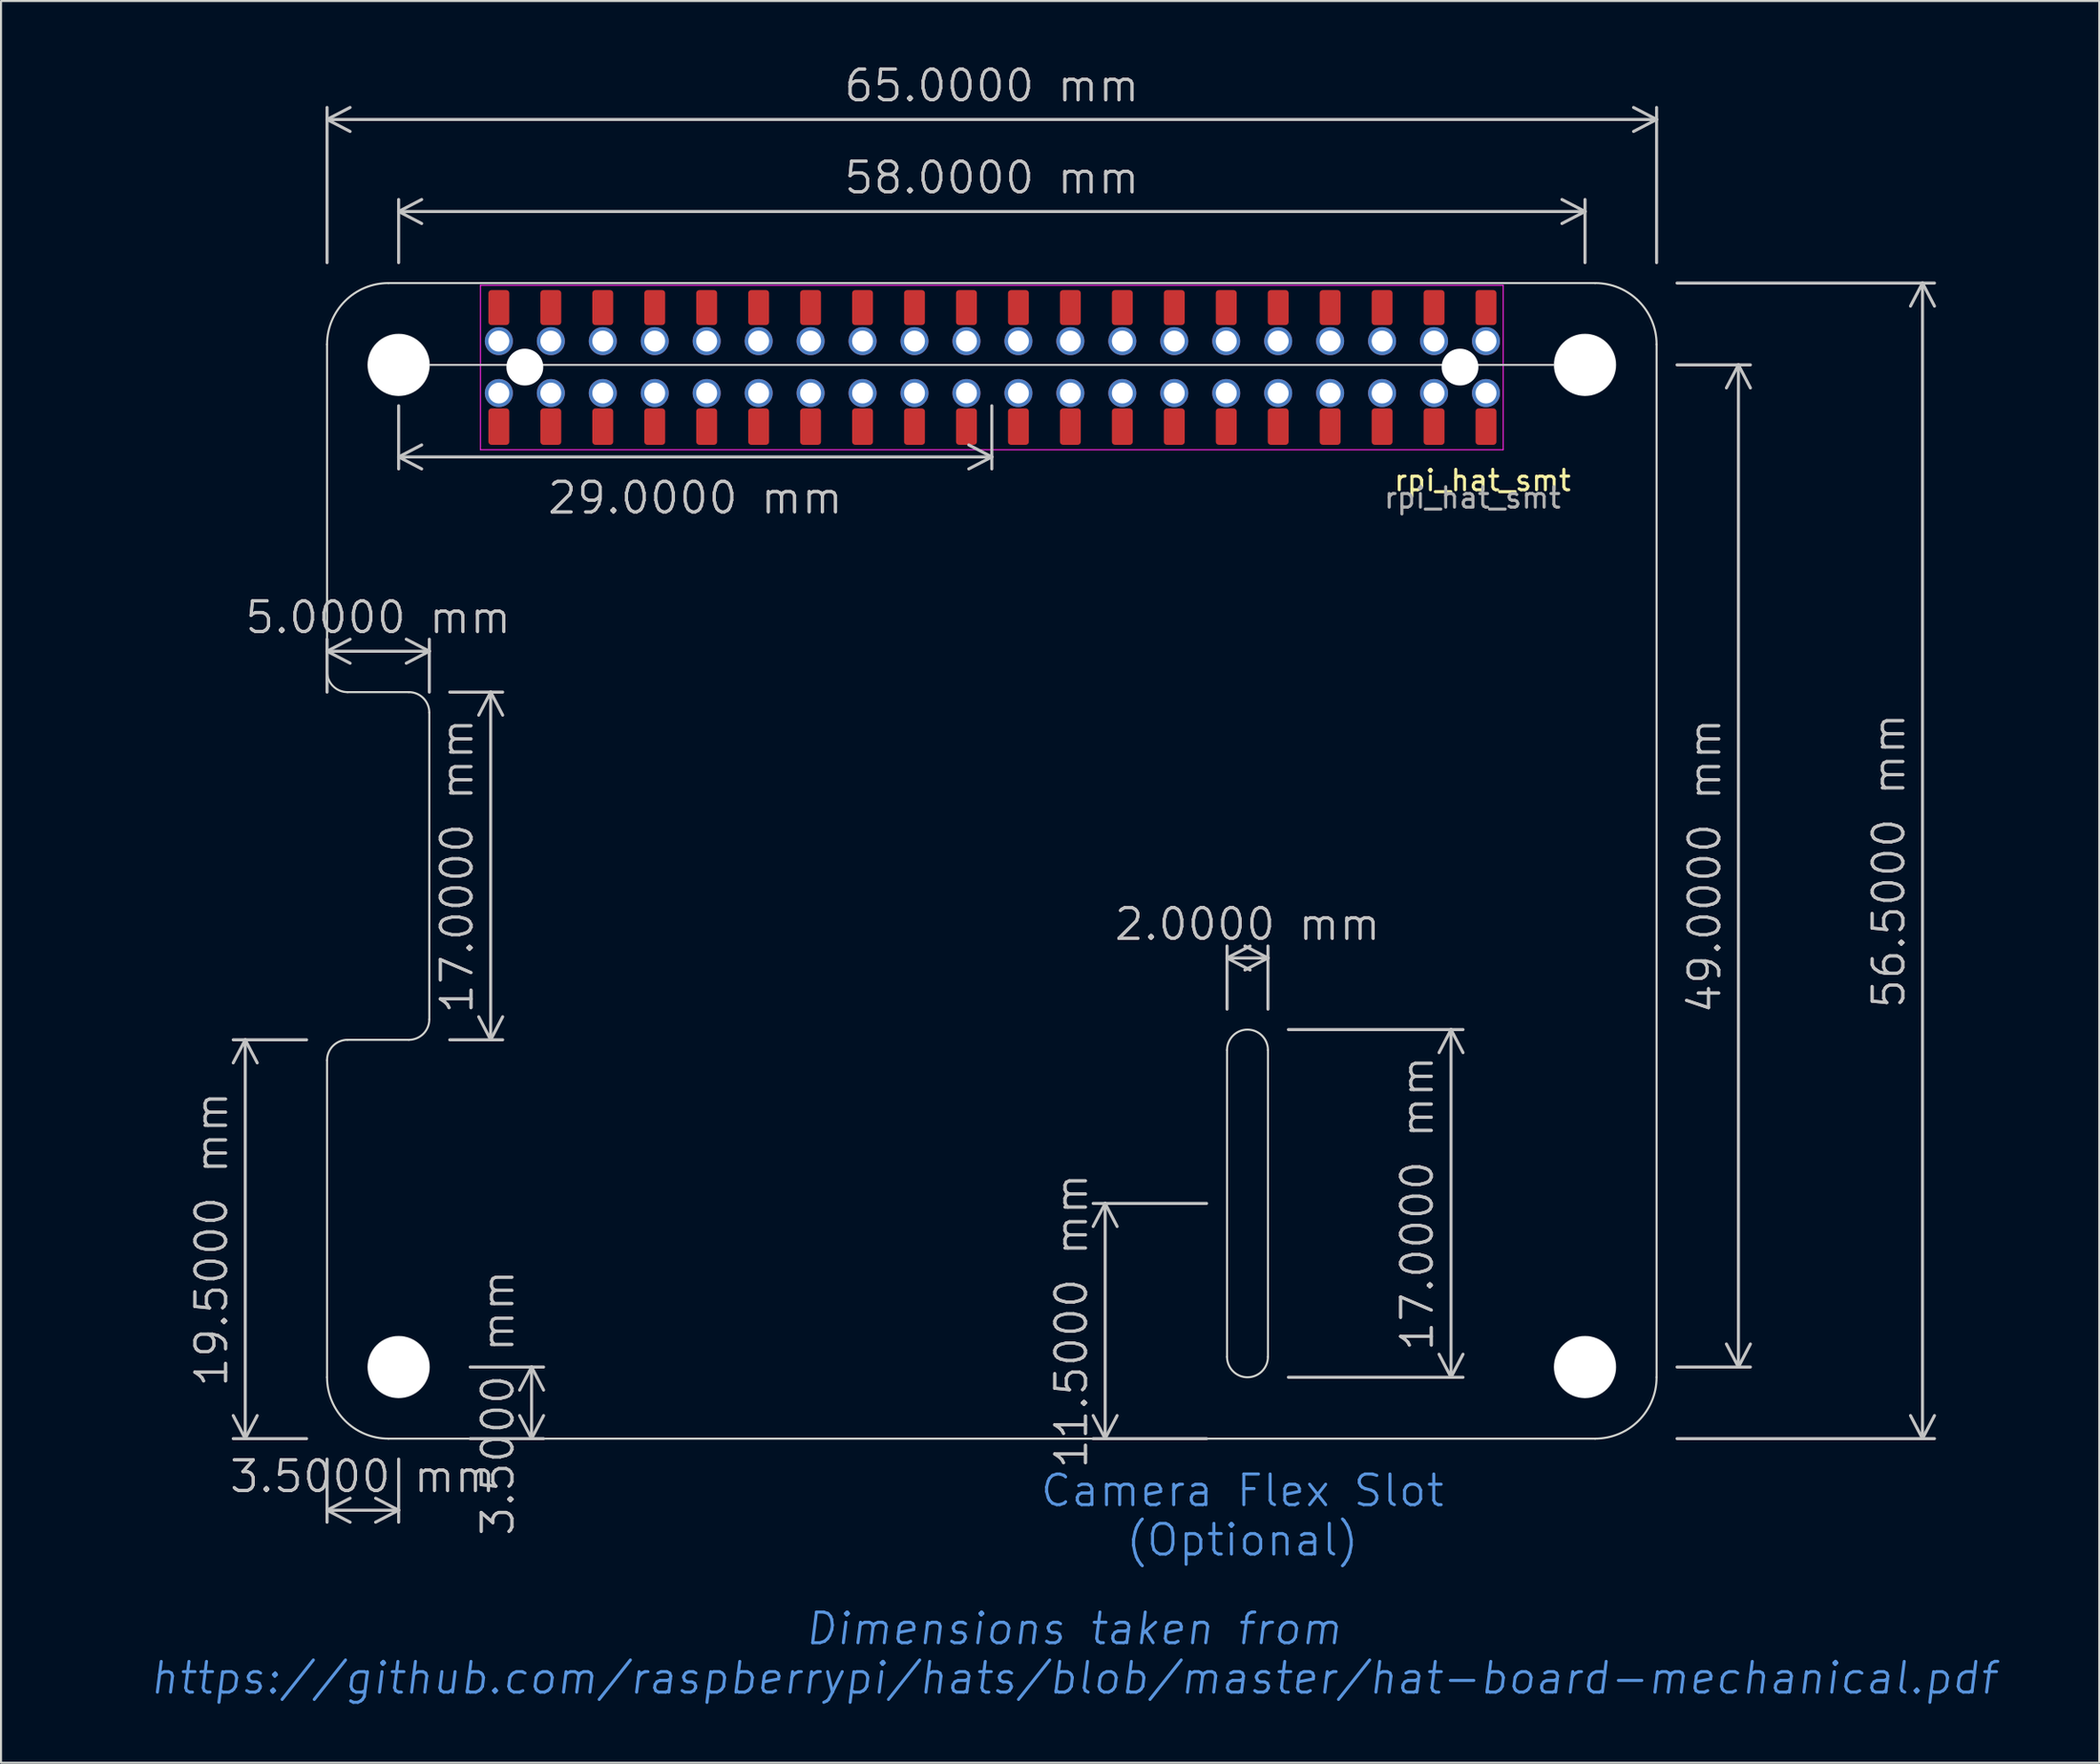
<source format=kicad_pcb>
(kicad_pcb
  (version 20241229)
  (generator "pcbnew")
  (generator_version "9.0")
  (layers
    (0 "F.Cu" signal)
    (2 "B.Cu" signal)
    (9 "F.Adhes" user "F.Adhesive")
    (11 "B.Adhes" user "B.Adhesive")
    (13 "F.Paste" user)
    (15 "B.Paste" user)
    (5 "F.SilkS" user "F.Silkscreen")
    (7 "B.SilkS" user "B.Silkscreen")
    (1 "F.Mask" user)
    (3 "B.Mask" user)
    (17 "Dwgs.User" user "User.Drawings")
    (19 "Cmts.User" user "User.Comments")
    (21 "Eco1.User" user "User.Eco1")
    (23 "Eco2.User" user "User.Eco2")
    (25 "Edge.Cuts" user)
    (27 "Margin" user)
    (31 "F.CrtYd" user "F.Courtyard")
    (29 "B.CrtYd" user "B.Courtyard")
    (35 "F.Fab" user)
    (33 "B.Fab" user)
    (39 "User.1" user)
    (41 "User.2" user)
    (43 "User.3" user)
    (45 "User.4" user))
  (footprint "rpi_hat_smt"
    (layer "F.Cu")
    (at 45.439 14.791)
    (property "Reference" "rpi_hat_smt" (at 23.99 5.65 0) (unlocked yes) (layer "F.SilkS") (effects (font (size 1 1) (thickness 0.15))))
    (attr through_hole)
    (fp_line (start -29 0) (end 29 0) (stroke (width 0.1) (type default)) (layer "Dwgs.User"))
    (fp_circle (center -29 0) (end -27.5 0) (stroke (width 0.05) (type default)) (fill no) (layer "Dwgs.User"))
    (fp_circle (center -29 49) (end -27.5 49) (stroke (width 0.05) (type default)) (fill no) (layer "Dwgs.User"))
    (fp_circle (center 29 0) (end 30.5 0) (stroke (width 0.05) (type default)) (fill no) (layer "Dwgs.User"))
    (fp_circle (center 29 49) (end 30.5 49) (stroke (width 0.05) (type default)) (fill no) (layer "Dwgs.User"))
    (fp_line (start -32.5 -1) (end -32.5 15) (stroke (width 0.1) (type solid)) (layer "Edge.Cuts"))
    (fp_line (start -32.5 34) (end -32.5 49.5) (stroke (width 0.1) (type solid)) (layer "Edge.Cuts"))
    (fp_line (start -31.5 16) (end -28.5 16) (stroke (width 0.1) (type solid)) (layer "Edge.Cuts"))
    (fp_line (start -31.5 33) (end -28.5 33) (stroke (width 0.1) (type solid)) (layer "Edge.Cuts"))
    (fp_line (start -29.5 -4) (end 29.5 -4) (stroke (width 0.1) (type solid)) (layer "Edge.Cuts"))
    (fp_line (start -29.5 52.5) (end 29.5 52.5) (stroke (width 0.1) (type solid)) (layer "Edge.Cuts"))
    (fp_line (start -27.5 17) (end -27.5 32) (stroke (width 0.1) (type solid)) (layer "Edge.Cuts"))
    (fp_line (start 11.5 48.5) (end 11.5 33.5) (stroke (width 0.1) (type default)) (layer "Edge.Cuts"))
    (fp_line (start 13.5 48.5) (end 13.5 33.5) (stroke (width 0.1) (type default)) (layer "Edge.Cuts"))
    (fp_line (start 32.5 -1) (end 32.5 49.5) (stroke (width 0.1) (type solid)) (layer "Edge.Cuts"))
    (fp_arc (start -32.5 -1) (mid -31.62132 -3.12132) (end -29.5 -4) (stroke (width 0.1) (type solid)) (layer "Edge.Cuts"))
    (fp_arc (start -32.5 34) (mid -32.207107 33.292893) (end -31.5 33) (stroke (width 0.1) (type solid)) (layer "Edge.Cuts"))
    (fp_arc (start -31.5 16) (mid -32.207107 15.707107) (end -32.5 15) (stroke (width 0.1) (type solid)) (layer "Edge.Cuts"))
    (fp_arc (start -29.5 52.5) (mid -31.62132 51.62132) (end -32.5 49.5) (stroke (width 0.1) (type solid)) (layer "Edge.Cuts"))
    (fp_arc (start -28.5 16) (mid -27.792893 16.292893) (end -27.5 17) (stroke (width 0.1) (type solid)) (layer "Edge.Cuts"))
    (fp_arc (start -27.5 32) (mid -27.792893 32.707107) (end -28.5 33) (stroke (width 0.1) (type solid)) (layer "Edge.Cuts"))
    (fp_arc (start 11.5 33.5) (mid 12.5 32.5) (end 13.5 33.5) (stroke (width 0.1) (type solid)) (layer "Edge.Cuts"))
    (fp_arc (start 13.5 48.5) (mid 12.5 49.5) (end 11.5 48.5) (stroke (width 0.1) (type solid)) (layer "Edge.Cuts"))
    (fp_arc (start 29.5 -4) (mid 31.62132 -3.12132) (end 32.5 -1) (stroke (width 0.1) (type solid)) (layer "Edge.Cuts"))
    (fp_arc (start 32.5 49.5) (mid 31.62132 51.62132) (end 29.5 52.5) (stroke (width 0.1) (type solid)) (layer "Edge.Cuts"))
    (fp_line (start -25 -3.89) (end -25 4.15) (stroke (width 0.05) (type solid)) (layer "F.CrtYd"))
    (fp_line (start -25 4.15) (end 25 4.15) (stroke (width 0.05) (type solid)) (layer "F.CrtYd"))
    (fp_line (start 25 -3.89) (end -25 -3.89) (stroke (width 0.05) (type solid)) (layer "F.CrtYd"))
    (fp_line (start 25 -3.89) (end 25 4.15) (stroke (width 0.05) (type solid)) (layer "F.CrtYd"))
    (fp_text user "Camera Flex Slot\n(Optional)" (at 12.25 56.25 0) (unlocked yes) (layer "Cmts.User") (effects (font (size 1.5 1.5) (thickness 0.15))))
    (fp_text user "Dimensions taken from\nhttps://github.com/raspberrypi/hats/blob/master/hat-board-mechanical.pdf" (at 4 63 0) (unlocked yes) (layer "Cmts.User") (effects (font (size 1.5 1.5) (thickness 0.15) (italic yes))))
    (fp_text user "${REFERENCE}" (at 23.5 6.5 0) (unlocked yes) (layer "F.Fab") (effects (font (size 1 1) (thickness 0.15))))
    (dimension (type aligned) (layer "Dwgs.User") (pts (xy 59.939 64.291) (xy 59.939 47.291)) (height 7.95) (format (prefix "") (suffix "") (units 3) (units_format 1) (precision 4)) (style (thickness 0.15) (arrow_length 1.27) (text_position_mode 0) (arrow_direction outward) (extension_height 0.586) (extension_offset 0) (keep_text_aligned yes)) (gr_text "17.0000 mm" (at 66.239 55.791 90) (layer "Dwgs.User") (effects (font (size 1.5 1.5) (thickness 0.15)))))
    (dimension (type aligned) (layer "Dwgs.User") (pts (xy 18.939 47.791) (xy 18.939 30.791)) (height 2) (format (prefix "") (suffix "") (units 3) (units_format 1) (precision 4)) (style (thickness 0.15) (arrow_length 1.27) (text_position_mode 0) (arrow_direction outward) (extension_height 0.586) (extension_offset 0) (keep_text_aligned yes)) (gr_text "17.0000 mm" (at 19.289 39.291 90) (layer "Dwgs.User") (effects (font (size 1.5 1.5) (thickness 0.15)))))
    (dimension (type aligned) (layer "Dwgs.User") (pts (xy 77.939 9.791) (xy 12.939 9.791)) (height 7) (format (prefix "") (suffix "") (units 3) (units_format 1) (precision 4)) (style (thickness 0.15) (arrow_length 1.27) (text_position_mode 0) (arrow_direction outward) (extension_height 0.586) (extension_offset 0) (keep_text_aligned yes)) (gr_text "65.0000 mm" (at 45.439 1.141 0) (layer "Dwgs.User") (effects (font (size 1.5 1.5) (thickness 0.15)))))
    (dimension (type aligned) (layer "Dwgs.User") (pts (xy 78.939 67.291) (xy 78.939 10.791)) (height 12) (format (prefix "") (suffix "") (units 3) (units_format 1) (precision 4)) (style (thickness 0.15) (arrow_length 1.27) (text_position_mode 0) (arrow_direction outward) (extension_height 0.586) (extension_offset 0) (keep_text_aligned yes)) (gr_text "56.5000 mm" (at 89.289 39.041 90) (layer "Dwgs.User") (effects (font (size 1.5 1.5) (thickness 0.15)))))
    (dimension (type aligned) (layer "Dwgs.User") (pts (xy 45.439 16.791) (xy 16.439 16.791)) (height -2.5) (format (prefix "") (suffix "") (units 3) (units_format 1) (precision 4)) (style (thickness 0.15) (arrow_length 1.27) (text_position_mode 2) (arrow_direction outward) (extension_height 0.586) (extension_offset 0) (keep_text_aligned yes)) (gr_text "29.0000 mm" (at 30.939 21.291 0) (layer "Dwgs.User") (effects (font (size 1.5 1.5) (thickness 0.15)))))
    (dimension (type aligned) (layer "Dwgs.User") (pts (xy 55.939 67.291) (xy 55.939 55.791)) (height -4.96) (format (prefix "") (suffix "") (units 3) (units_format 1) (precision 4)) (style (thickness 0.15) (arrow_length 1.27) (text_position_mode 0) (arrow_direction outward) (extension_height 0.586) (extension_offset 0) (keep_text_aligned yes)) (gr_text "11.5000 mm" (at 49.329 61.541 90) (layer "Dwgs.User") (effects (font (size 1.5 1.5) (thickness 0.15)))))
    (dimension (type aligned) (layer "Dwgs.User") (pts (xy 19.939 67.291) (xy 19.939 63.791)) (height 3) (format (prefix "") (suffix "") (units 3) (units_format 1) (precision 4)) (style (thickness 0.15) (arrow_length 1.27) (text_position_mode 0) (arrow_direction outward) (extension_height 0.586) (extension_offset 0) (keep_text_aligned yes)) (gr_text "3.5000 mm" (at 21.289 65.541 90) (layer "Dwgs.User") (effects (font (size 1.5 1.5) (thickness 0.15)))))
    (dimension (type aligned) (layer "Dwgs.User") (pts (xy 74.439 9.791) (xy 16.439 9.791)) (height 2.5) (format (prefix "") (suffix "") (units 3) (units_format 1) (precision 4)) (style (thickness 0.15) (arrow_length 1.27) (text_position_mode 0) (arrow_direction outward) (extension_height 0.586) (extension_offset 0) (keep_text_aligned yes)) (gr_text "58.0000 mm" (at 45.439 5.641 0) (layer "Dwgs.User") (effects (font (size 1.5 1.5) (thickness 0.15)))))
    (dimension (type aligned) (layer "Dwgs.User") (pts (xy 17.939 30.791) (xy 12.939 30.791)) (height 2) (format (prefix "") (suffix "") (units 3) (units_format 1) (precision 4)) (style (thickness 0.15) (arrow_length 1.27) (text_position_mode 0) (arrow_direction outward) (extension_height 0.586) (extension_offset 0) (keep_text_aligned yes)) (gr_text "5.0000 mm" (at 15.439 27.141 0) (layer "Dwgs.User") (effects (font (size 1.5 1.5) (thickness 0.15)))))
    (dimension (type aligned) (layer "Dwgs.User") (pts (xy 16.439 68.291) (xy 12.939 68.291)) (height -2.5) (format (prefix "") (suffix "") (units 3) (units_format 1) (precision 4)) (style (thickness 0.15) (arrow_length 1.27) (text_position_mode 0) (arrow_direction outward) (extension_height 0.586) (extension_offset 0) (keep_text_aligned yes)) (gr_text "3.5000 mm" (at 14.689 69.141 0) (layer "Dwgs.User") (effects (font (size 1.5 1.5) (thickness 0.15)))))
    (dimension (type aligned) (layer "Dwgs.User") (pts (xy 78.939 63.791) (xy 78.939 14.791)) (height 3) (format (prefix "") (suffix "") (units 3) (units_format 1) (precision 4)) (style (thickness 0.15) (arrow_length 1.27) (text_position_mode 0) (arrow_direction outward) (extension_height 0.586) (extension_offset 0) (keep_text_aligned yes)) (gr_text "49.0000 mm" (at 80.289 39.291 90) (layer "Dwgs.User") (effects (font (size 1.5 1.5) (thickness 0.15)))))
    (dimension (type aligned) (layer "Dwgs.User") (pts (xy 58.939 46.291) (xy 56.939 46.291)) (height 2.5) (format (prefix "") (suffix "") (units 3) (units_format 1) (precision 4)) (style (thickness 0.15) (arrow_length 1.27) (text_position_mode 0) (arrow_direction outward) (extension_height 0.586) (extension_offset 0) (keep_text_aligned yes)) (gr_text "2.0000 mm" (at 57.939 42.141 0) (layer "Dwgs.User") (effects (font (size 1.5 1.5) (thickness 0.15)))))
    (dimension (type aligned) (layer "Dwgs.User") (pts (xy 11.939 67.291) (xy 11.939 47.791)) (height -3) (format (prefix "") (suffix "") (units 3) (units_format 1) (precision 4)) (style (thickness 0.15) (arrow_length 1.27) (text_position_mode 0) (arrow_direction outward) (extension_height 0.586) (extension_offset 0) (keep_text_aligned yes)) (gr_text "19.5000 mm" (at 7.289 57.541 90) (layer "Dwgs.User") (effects (font (size 1.5 1.5) (thickness 0.15)))))
    (pad "" np_thru_hole circle (at -29 0 90) (size 3 3) (drill 3) (layers "*.Cu" "*.Mask"))
    (pad "" np_thru_hole circle (at -29 49 90) (size 3 3) (drill 3) (layers "*.Cu" "*.Mask"))
    (pad "" np_thru_hole circle (at -22.83 0.108 90) (size 1.8 1.8) (drill 1.8) (layers "*.Cu" "*.Mask"))
    (pad "" np_thru_hole circle (at 22.89 0.108 90) (size 1.8 1.8) (drill 1.8) (layers "*.Cu" "*.Mask"))
    (pad "" np_thru_hole circle (at 29 0 90) (size 3 3) (drill 3) (layers "*.Cu" "*.Mask"))
    (pad "" np_thru_hole circle (at 29 49 90) (size 3 3) (drill 3) (layers "*.Cu" "*.Mask"))
    (pad "1" thru_hole circle (at -24.1 1.378 90) (size 1.37 1.37) (drill 1.02) (layers "*.Cu" "*.Mask"))
    (pad "1" smd roundrect (at -24.1 3.018 180) (size 1.02 1.78) (layers "F.Cu" "F.Mask" "F.Paste") (roundrect_rratio 0.147))
    (pad "2" smd roundrect (at -24.1 -2.802 180) (size 1.02 1.71) (layers "F.Cu" "F.Mask" "F.Paste") (roundrect_rratio 0.147))
    (pad "2" thru_hole circle (at -24.1 -1.162 90) (size 1.37 1.37) (drill 1.02) (layers "*.Cu" "*.Mask"))
    (pad "3" thru_hole circle (at -21.56 1.378 90) (size 1.37 1.37) (drill 1.02) (layers "*.Cu" "*.Mask"))
    (pad "3" smd roundrect (at -21.56 3.018 180) (size 1.02 1.78) (layers "F.Cu" "F.Mask" "F.Paste") (roundrect_rratio 0.147))
    (pad "4" smd roundrect (at -21.56 -2.802 180) (size 1.02 1.71) (layers "F.Cu" "F.Mask" "F.Paste") (roundrect_rratio 0.147))
    (pad "4" thru_hole circle (at -21.56 -1.162 90) (size 1.37 1.37) (drill 1.02) (layers "*.Cu" "*.Mask"))
    (pad "5" thru_hole circle (at -19.02 1.378 90) (size 1.37 1.37) (drill 1.02) (layers "*.Cu" "*.Mask"))
    (pad "5" smd roundrect (at -19.02 3.018 180) (size 1.02 1.78) (layers "F.Cu" "F.Mask" "F.Paste") (roundrect_rratio 0.147))
    (pad "6" smd roundrect (at -19.02 -2.802 180) (size 1.02 1.71) (layers "F.Cu" "F.Mask" "F.Paste") (roundrect_rratio 0.147))
    (pad "6" thru_hole circle (at -19.02 -1.162 90) (size 1.37 1.37) (drill 1.02) (layers "*.Cu" "*.Mask"))
    (pad "7" thru_hole circle (at -16.48 1.378 90) (size 1.37 1.37) (drill 1.02) (layers "*.Cu" "*.Mask"))
    (pad "7" smd roundrect (at -16.48 3.018 180) (size 1.02 1.78) (layers "F.Cu" "F.Mask" "F.Paste") (roundrect_rratio 0.147))
    (pad "8" smd roundrect (at -16.48 -2.802 180) (size 1.02 1.71) (layers "F.Cu" "F.Mask" "F.Paste") (roundrect_rratio 0.147))
    (pad "8" thru_hole circle (at -16.48 -1.162 90) (size 1.37 1.37) (drill 1.02) (layers "*.Cu" "*.Mask"))
    (pad "9" thru_hole circle (at -13.94 1.378 90) (size 1.37 1.37) (drill 1.02) (layers "*.Cu" "*.Mask"))
    (pad "9" smd roundrect (at -13.94 3.018 180) (size 1.02 1.78) (layers "F.Cu" "F.Mask" "F.Paste") (roundrect_rratio 0.147))
    (pad "10" smd roundrect (at -13.94 -2.802 180) (size 1.02 1.71) (layers "F.Cu" "F.Mask" "F.Paste") (roundrect_rratio 0.147))
    (pad "10" thru_hole circle (at -13.94 -1.162 90) (size 1.37 1.37) (drill 1.02) (layers "*.Cu" "*.Mask"))
    (pad "11" thru_hole circle (at -11.4 1.378 90) (size 1.37 1.37) (drill 1.02) (layers "*.Cu" "*.Mask"))
    (pad "11" smd roundrect (at -11.4 3.018 180) (size 1.02 1.78) (layers "F.Cu" "F.Mask" "F.Paste") (roundrect_rratio 0.147))
    (pad "12" smd roundrect (at -11.4 -2.802 180) (size 1.02 1.71) (layers "F.Cu" "F.Mask" "F.Paste") (roundrect_rratio 0.147))
    (pad "12" thru_hole circle (at -11.4 -1.162 90) (size 1.37 1.37) (drill 1.02) (layers "*.Cu" "*.Mask"))
    (pad "13" thru_hole circle (at -8.86 1.378 90) (size 1.37 1.37) (drill 1.02) (layers "*.Cu" "*.Mask"))
    (pad "13" smd roundrect (at -8.86 3.018 180) (size 1.02 1.78) (layers "F.Cu" "F.Mask" "F.Paste") (roundrect_rratio 0.147))
    (pad "14" smd roundrect (at -8.86 -2.802 180) (size 1.02 1.71) (layers "F.Cu" "F.Mask" "F.Paste") (roundrect_rratio 0.147))
    (pad "14" thru_hole circle (at -8.86 -1.162 90) (size 1.37 1.37) (drill 1.02) (layers "*.Cu" "*.Mask"))
    (pad "15" thru_hole circle (at -6.32 1.378 90) (size 1.37 1.37) (drill 1.02) (layers "*.Cu" "*.Mask"))
    (pad "15" smd roundrect (at -6.32 3.018 180) (size 1.02 1.78) (layers "F.Cu" "F.Mask" "F.Paste") (roundrect_rratio 0.147))
    (pad "16" smd roundrect (at -6.32 -2.802 180) (size 1.02 1.71) (layers "F.Cu" "F.Mask" "F.Paste") (roundrect_rratio 0.147))
    (pad "16" thru_hole circle (at -6.32 -1.162 90) (size 1.37 1.37) (drill 1.02) (layers "*.Cu" "*.Mask"))
    (pad "17" thru_hole circle (at -3.78 1.378 90) (size 1.37 1.37) (drill 1.02) (layers "*.Cu" "*.Mask"))
    (pad "17" smd roundrect (at -3.78 3.018 180) (size 1.02 1.78) (layers "F.Cu" "F.Mask" "F.Paste") (roundrect_rratio 0.147))
    (pad "18" smd roundrect (at -3.78 -2.802 180) (size 1.02 1.71) (layers "F.Cu" "F.Mask" "F.Paste") (roundrect_rratio 0.147))
    (pad "18" thru_hole circle (at -3.78 -1.162 90) (size 1.37 1.37) (drill 1.02) (layers "*.Cu" "*.Mask"))
    (pad "19" thru_hole circle (at -1.24 1.378 90) (size 1.37 1.37) (drill 1.02) (layers "*.Cu" "*.Mask"))
    (pad "19" smd roundrect (at -1.24 3.018 180) (size 1.02 1.78) (layers "F.Cu" "F.Mask" "F.Paste") (roundrect_rratio 0.147))
    (pad "20" smd roundrect (at -1.24 -2.802 180) (size 1.02 1.71) (layers "F.Cu" "F.Mask" "F.Paste") (roundrect_rratio 0.147))
    (pad "20" thru_hole circle (at -1.24 -1.162 90) (size 1.37 1.37) (drill 1.02) (layers "*.Cu" "*.Mask"))
    (pad "21" thru_hole circle (at 1.3 1.378 90) (size 1.37 1.37) (drill 1.02) (layers "*.Cu" "*.Mask"))
    (pad "21" smd roundrect (at 1.3 3.018 180) (size 1.02 1.78) (layers "F.Cu" "F.Mask" "F.Paste") (roundrect_rratio 0.147))
    (pad "22" smd roundrect (at 1.3 -2.802 180) (size 1.02 1.71) (layers "F.Cu" "F.Mask" "F.Paste") (roundrect_rratio 0.147))
    (pad "22" thru_hole circle (at 1.3 -1.162 90) (size 1.37 1.37) (drill 1.02) (layers "*.Cu" "*.Mask"))
    (pad "23" thru_hole circle (at 3.84 1.378 90) (size 1.37 1.37) (drill 1.02) (layers "*.Cu" "*.Mask"))
    (pad "23" smd roundrect (at 3.84 3.018 180) (size 1.02 1.78) (layers "F.Cu" "F.Mask" "F.Paste") (roundrect_rratio 0.147))
    (pad "24" smd roundrect (at 3.84 -2.802 180) (size 1.02 1.71) (layers "F.Cu" "F.Mask" "F.Paste") (roundrect_rratio 0.147))
    (pad "24" thru_hole circle (at 3.84 -1.162 90) (size 1.37 1.37) (drill 1.02) (layers "*.Cu" "*.Mask"))
    (pad "25" thru_hole circle (at 6.38 1.378 90) (size 1.37 1.37) (drill 1.02) (layers "*.Cu" "*.Mask"))
    (pad "25" smd roundrect (at 6.38 3.018 180) (size 1.02 1.78) (layers "F.Cu" "F.Mask" "F.Paste") (roundrect_rratio 0.147))
    (pad "26" smd roundrect (at 6.38 -2.802 180) (size 1.02 1.71) (layers "F.Cu" "F.Mask" "F.Paste") (roundrect_rratio 0.147))
    (pad "26" thru_hole circle (at 6.38 -1.162 90) (size 1.37 1.37) (drill 1.02) (layers "*.Cu" "*.Mask"))
    (pad "27" thru_hole circle (at 8.92 1.378 90) (size 1.37 1.37) (drill 1.02) (layers "*.Cu" "*.Mask"))
    (pad "27" smd roundrect (at 8.92 3.018 180) (size 1.02 1.78) (layers "F.Cu" "F.Mask" "F.Paste") (roundrect_rratio 0.147))
    (pad "28" smd roundrect (at 8.92 -2.802 180) (size 1.02 1.71) (layers "F.Cu" "F.Mask" "F.Paste") (roundrect_rratio 0.147))
    (pad "28" thru_hole circle (at 8.92 -1.162 90) (size 1.37 1.37) (drill 1.02) (layers "*.Cu" "*.Mask"))
    (pad "29" thru_hole circle (at 11.46 1.378 90) (size 1.37 1.37) (drill 1.02) (layers "*.Cu" "*.Mask"))
    (pad "29" smd roundrect (at 11.46 3.018 180) (size 1.02 1.78) (layers "F.Cu" "F.Mask" "F.Paste") (roundrect_rratio 0.147))
    (pad "30" smd roundrect (at 11.46 -2.802 180) (size 1.02 1.71) (layers "F.Cu" "F.Mask" "F.Paste") (roundrect_rratio 0.147))
    (pad "30" thru_hole circle (at 11.46 -1.162 90) (size 1.37 1.37) (drill 1.02) (layers "*.Cu" "*.Mask"))
    (pad "31" thru_hole circle (at 14 1.378 90) (size 1.37 1.37) (drill 1.02) (layers "*.Cu" "*.Mask"))
    (pad "31" smd roundrect (at 14 3.018 180) (size 1.02 1.78) (layers "F.Cu" "F.Mask" "F.Paste") (roundrect_rratio 0.147))
    (pad "32" smd roundrect (at 14 -2.802 180) (size 1.02 1.71) (layers "F.Cu" "F.Mask" "F.Paste") (roundrect_rratio 0.147))
    (pad "32" thru_hole circle (at 14 -1.162 90) (size 1.37 1.37) (drill 1.02) (layers "*.Cu" "*.Mask"))
    (pad "33" thru_hole circle (at 16.54 1.378 90) (size 1.37 1.37) (drill 1.02) (layers "*.Cu" "*.Mask"))
    (pad "33" smd roundrect (at 16.54 3.018 180) (size 1.02 1.78) (layers "F.Cu" "F.Mask" "F.Paste") (roundrect_rratio 0.147))
    (pad "34" smd roundrect (at 16.54 -2.802 180) (size 1.02 1.71) (layers "F.Cu" "F.Mask" "F.Paste") (roundrect_rratio 0.147))
    (pad "34" thru_hole circle (at 16.54 -1.162 90) (size 1.37 1.37) (drill 1.02) (layers "*.Cu" "*.Mask"))
    (pad "35" thru_hole circle (at 19.08 1.378 90) (size 1.37 1.37) (drill 1.02) (layers "*.Cu" "*.Mask"))
    (pad "35" smd roundrect (at 19.08 3.018 180) (size 1.02 1.78) (layers "F.Cu" "F.Mask" "F.Paste") (roundrect_rratio 0.147))
    (pad "36" smd roundrect (at 19.08 -2.802 180) (size 1.02 1.71) (layers "F.Cu" "F.Mask" "F.Paste") (roundrect_rratio 0.147))
    (pad "36" thru_hole circle (at 19.08 -1.162 90) (size 1.37 1.37) (drill 1.02) (layers "*.Cu" "*.Mask"))
    (pad "37" thru_hole circle (at 21.62 1.378 90) (size 1.37 1.37) (drill 1.02) (layers "*.Cu" "*.Mask"))
    (pad "37" smd roundrect (at 21.62 3.018 180) (size 1.02 1.78) (layers "F.Cu" "F.Mask" "F.Paste") (roundrect_rratio 0.147))
    (pad "38" smd roundrect (at 21.62 -2.802 180) (size 1.02 1.71) (layers "F.Cu" "F.Mask" "F.Paste") (roundrect_rratio 0.147))
    (pad "38" thru_hole circle (at 21.62 -1.162 90) (size 1.37 1.37) (drill 1.02) (layers "*.Cu" "*.Mask"))
    (pad "39" thru_hole circle (at 24.16 1.378 90) (size 1.37 1.37) (drill 1.02) (layers "*.Cu" "*.Mask"))
    (pad "39" smd roundrect (at 24.16 3.018 180) (size 1.02 1.78) (layers "F.Cu" "F.Mask" "F.Paste") (roundrect_rratio 0.147))
    (pad "40" smd roundrect (at 24.16 -2.802 180) (size 1.02 1.71) (layers "F.Cu" "F.Mask" "F.Paste") (roundrect_rratio 0.147))
    (pad "40" thru_hole circle (at 24.16 -1.162 90) (size 1.37 1.37) (drill 1.02) (layers "*.Cu" "*.Mask")))
  (gr_rect
    (start -3 -3)
    (end 99.579 83.139)
    (stroke (width 0.1) (type default))
    (fill no)
    (layer "Edge.Cuts")))
</source>
